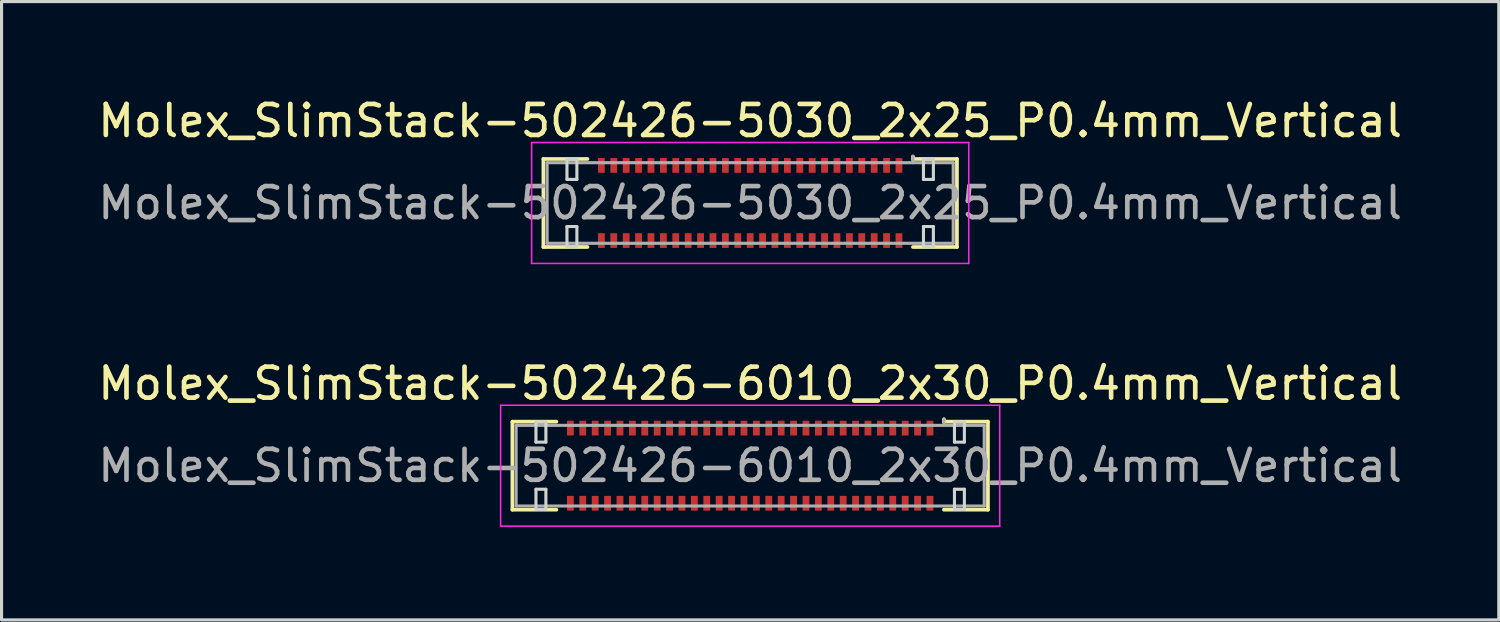
<source format=kicad_pcb>
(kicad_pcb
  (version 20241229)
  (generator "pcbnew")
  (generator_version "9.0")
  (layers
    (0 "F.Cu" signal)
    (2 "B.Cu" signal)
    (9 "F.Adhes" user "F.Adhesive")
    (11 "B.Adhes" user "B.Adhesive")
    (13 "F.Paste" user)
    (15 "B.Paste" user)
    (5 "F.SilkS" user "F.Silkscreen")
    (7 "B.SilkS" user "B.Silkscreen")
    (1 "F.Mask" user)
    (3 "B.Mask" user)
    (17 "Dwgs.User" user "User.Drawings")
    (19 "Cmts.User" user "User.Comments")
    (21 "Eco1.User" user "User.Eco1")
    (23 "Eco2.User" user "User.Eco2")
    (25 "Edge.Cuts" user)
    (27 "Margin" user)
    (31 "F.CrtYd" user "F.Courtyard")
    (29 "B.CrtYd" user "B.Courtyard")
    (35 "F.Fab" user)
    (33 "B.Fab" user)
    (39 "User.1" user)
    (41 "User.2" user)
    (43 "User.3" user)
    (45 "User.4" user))
  (footprint "Molex_SlimStack-502426-6010_2x30_P0.4mm_Vertical"
    (layer "F.Cu")
    (at 21.149 11.972)
    (property "Reference" "Molex_SlimStack-502426-6010_2x30_P0.4mm_Vertical" (at 0 -2.65 0) (layer "F.SilkS") (effects (font (size 1 1) (thickness 0.15))))
    (attr smd)
    (fp_line (start -7.67 -1.42) (end -6.25 -1.42) (stroke (width 0.12) (type solid)) (layer "F.SilkS"))
    (fp_line (start -7.67 1.42) (end -7.67 -1.42) (stroke (width 0.12) (type solid)) (layer "F.SilkS"))
    (fp_line (start -6.25 1.42) (end -7.67 1.42) (stroke (width 0.12) (type solid)) (layer "F.SilkS"))
    (fp_line (start 6.25 -1.42) (end 6.25 -1.5) (stroke (width 0.12) (type solid)) (layer "F.SilkS"))
    (fp_line (start 6.25 1.42) (end 7.67 1.42) (stroke (width 0.12) (type solid)) (layer "F.SilkS"))
    (fp_line (start 7.67 -1.42) (end 6.25 -1.42) (stroke (width 0.12) (type solid)) (layer "F.SilkS"))
    (fp_line (start 7.67 1.42) (end 7.67 -1.42) (stroke (width 0.12) (type solid)) (layer "F.SilkS"))
    (fp_line (start -6.91 -1.41) (end -6.91 -0.76) (stroke (width 0.1) (type solid)) (layer "Edge.Cuts"))
    (fp_line (start -6.91 -0.76) (end -6.59 -0.76) (stroke (width 0.1) (type solid)) (layer "Edge.Cuts"))
    (fp_line (start -6.91 0.76) (end -6.91 1.41) (stroke (width 0.1) (type solid)) (layer "Edge.Cuts"))
    (fp_line (start -6.91 1.41) (end -6.59 1.41) (stroke (width 0.1) (type solid)) (layer "Edge.Cuts"))
    (fp_line (start -6.59 -1.41) (end -6.91 -1.41) (stroke (width 0.1) (type solid)) (layer "Edge.Cuts"))
    (fp_line (start -6.59 -0.76) (end -6.59 -1.41) (stroke (width 0.1) (type solid)) (layer "Edge.Cuts"))
    (fp_line (start -6.59 0.76) (end -6.91 0.76) (stroke (width 0.1) (type solid)) (layer "Edge.Cuts"))
    (fp_line (start -6.59 1.41) (end -6.59 0.76) (stroke (width 0.1) (type solid)) (layer "Edge.Cuts"))
    (fp_line (start 6.59 -1.41) (end 6.59 -0.76) (stroke (width 0.1) (type solid)) (layer "Edge.Cuts"))
    (fp_line (start 6.59 -0.76) (end 6.91 -0.76) (stroke (width 0.1) (type solid)) (layer "Edge.Cuts"))
    (fp_line (start 6.59 0.76) (end 6.59 1.41) (stroke (width 0.1) (type solid)) (layer "Edge.Cuts"))
    (fp_line (start 6.59 1.41) (end 6.91 1.41) (stroke (width 0.1) (type solid)) (layer "Edge.Cuts"))
    (fp_line (start 6.91 -1.41) (end 6.59 -1.41) (stroke (width 0.1) (type solid)) (layer "Edge.Cuts"))
    (fp_line (start 6.91 -0.76) (end 6.91 -1.41) (stroke (width 0.1) (type solid)) (layer "Edge.Cuts"))
    (fp_line (start 6.91 0.76) (end 6.59 0.76) (stroke (width 0.1) (type solid)) (layer "Edge.Cuts"))
    (fp_line (start 6.91 1.41) (end 6.91 0.76) (stroke (width 0.1) (type solid)) (layer "Edge.Cuts"))
    (fp_line (start -8.05 -1.95) (end -8.05 1.95) (stroke (width 0.05) (type solid)) (layer "F.CrtYd"))
    (fp_line (start -8.05 1.95) (end 8.05 1.95) (stroke (width 0.05) (type solid)) (layer "F.CrtYd"))
    (fp_line (start 8.05 -1.95) (end -8.05 -1.95) (stroke (width 0.05) (type solid)) (layer "F.CrtYd"))
    (fp_line (start 8.05 1.95) (end 8.05 -1.95) (stroke (width 0.05) (type solid)) (layer "F.CrtYd"))
    (fp_line (start -7.55 -1.3) (end -7.55 1.3) (stroke (width 0.1) (type solid)) (layer "F.Fab"))
    (fp_line (start -7.55 1.3) (end 7.55 1.3) (stroke (width 0.1) (type solid)) (layer "F.Fab"))
    (fp_line (start 6.25 -1.3) (end 6.25 -1.5) (stroke (width 0.1) (type solid)) (layer "F.Fab"))
    (fp_line (start 7.55 -1.3) (end -7.55 -1.3) (stroke (width 0.1) (type solid)) (layer "F.Fab"))
    (fp_line (start 7.55 1.3) (end 7.55 -1.3) (stroke (width 0.1) (type solid)) (layer "F.Fab"))
    (fp_text user "${REFERENCE}" (at 0 0 0) (layer "F.Fab") (effects (font (size 1 1) (thickness 0.15))))
    (pad "1" smd rect (at 5.8 -1.212) (size 0.22 0.475) (layers "F.Cu" "F.Mask" "F.Paste"))
    (pad "2" smd rect (at 5.8 1.212) (size 0.22 0.475) (layers "F.Cu" "F.Mask" "F.Paste"))
    (pad "3" smd rect (at 5.4 -1.212) (size 0.22 0.475) (layers "F.Cu" "F.Mask" "F.Paste"))
    (pad "4" smd rect (at 5.4 1.212) (size 0.22 0.475) (layers "F.Cu" "F.Mask" "F.Paste"))
    (pad "5" smd rect (at 5 -1.212) (size 0.22 0.475) (layers "F.Cu" "F.Mask" "F.Paste"))
    (pad "6" smd rect (at 5 1.212) (size 0.22 0.475) (layers "F.Cu" "F.Mask" "F.Paste"))
    (pad "7" smd rect (at 4.6 -1.212) (size 0.22 0.475) (layers "F.Cu" "F.Mask" "F.Paste"))
    (pad "8" smd rect (at 4.6 1.212) (size 0.22 0.475) (layers "F.Cu" "F.Mask" "F.Paste"))
    (pad "9" smd rect (at 4.2 -1.212) (size 0.22 0.475) (layers "F.Cu" "F.Mask" "F.Paste"))
    (pad "10" smd rect (at 4.2 1.212) (size 0.22 0.475) (layers "F.Cu" "F.Mask" "F.Paste"))
    (pad "11" smd rect (at 3.8 -1.212) (size 0.22 0.475) (layers "F.Cu" "F.Mask" "F.Paste"))
    (pad "12" smd rect (at 3.8 1.212) (size 0.22 0.475) (layers "F.Cu" "F.Mask" "F.Paste"))
    (pad "13" smd rect (at 3.4 -1.212) (size 0.22 0.475) (layers "F.Cu" "F.Mask" "F.Paste"))
    (pad "14" smd rect (at 3.4 1.212) (size 0.22 0.475) (layers "F.Cu" "F.Mask" "F.Paste"))
    (pad "15" smd rect (at 3 -1.212) (size 0.22 0.475) (layers "F.Cu" "F.Mask" "F.Paste"))
    (pad "16" smd rect (at 3 1.212) (size 0.22 0.475) (layers "F.Cu" "F.Mask" "F.Paste"))
    (pad "17" smd rect (at 2.6 -1.212) (size 0.22 0.475) (layers "F.Cu" "F.Mask" "F.Paste"))
    (pad "18" smd rect (at 2.6 1.212) (size 0.22 0.475) (layers "F.Cu" "F.Mask" "F.Paste"))
    (pad "19" smd rect (at 2.2 -1.212) (size 0.22 0.475) (layers "F.Cu" "F.Mask" "F.Paste"))
    (pad "20" smd rect (at 2.2 1.212) (size 0.22 0.475) (layers "F.Cu" "F.Mask" "F.Paste"))
    (pad "21" smd rect (at 1.8 -1.212) (size 0.22 0.475) (layers "F.Cu" "F.Mask" "F.Paste"))
    (pad "22" smd rect (at 1.8 1.212) (size 0.22 0.475) (layers "F.Cu" "F.Mask" "F.Paste"))
    (pad "23" smd rect (at 1.4 -1.212) (size 0.22 0.475) (layers "F.Cu" "F.Mask" "F.Paste"))
    (pad "24" smd rect (at 1.4 1.212) (size 0.22 0.475) (layers "F.Cu" "F.Mask" "F.Paste"))
    (pad "25" smd rect (at 1 -1.212) (size 0.22 0.475) (layers "F.Cu" "F.Mask" "F.Paste"))
    (pad "26" smd rect (at 1 1.212) (size 0.22 0.475) (layers "F.Cu" "F.Mask" "F.Paste"))
    (pad "27" smd rect (at 0.6 -1.212) (size 0.22 0.475) (layers "F.Cu" "F.Mask" "F.Paste"))
    (pad "28" smd rect (at 0.6 1.212) (size 0.22 0.475) (layers "F.Cu" "F.Mask" "F.Paste"))
    (pad "29" smd rect (at 0.2 -1.212) (size 0.22 0.475) (layers "F.Cu" "F.Mask" "F.Paste"))
    (pad "30" smd rect (at 0.2 1.212) (size 0.22 0.475) (layers "F.Cu" "F.Mask" "F.Paste"))
    (pad "31" smd rect (at -0.2 -1.212) (size 0.22 0.475) (layers "F.Cu" "F.Mask" "F.Paste"))
    (pad "32" smd rect (at -0.2 1.212) (size 0.22 0.475) (layers "F.Cu" "F.Mask" "F.Paste"))
    (pad "33" smd rect (at -0.6 -1.212) (size 0.22 0.475) (layers "F.Cu" "F.Mask" "F.Paste"))
    (pad "34" smd rect (at -0.6 1.212) (size 0.22 0.475) (layers "F.Cu" "F.Mask" "F.Paste"))
    (pad "35" smd rect (at -1 -1.212) (size 0.22 0.475) (layers "F.Cu" "F.Mask" "F.Paste"))
    (pad "36" smd rect (at -1 1.212) (size 0.22 0.475) (layers "F.Cu" "F.Mask" "F.Paste"))
    (pad "37" smd rect (at -1.4 -1.212) (size 0.22 0.475) (layers "F.Cu" "F.Mask" "F.Paste"))
    (pad "38" smd rect (at -1.4 1.212) (size 0.22 0.475) (layers "F.Cu" "F.Mask" "F.Paste"))
    (pad "39" smd rect (at -1.8 -1.212) (size 0.22 0.475) (layers "F.Cu" "F.Mask" "F.Paste"))
    (pad "40" smd rect (at -1.8 1.212) (size 0.22 0.475) (layers "F.Cu" "F.Mask" "F.Paste"))
    (pad "41" smd rect (at -2.2 -1.212) (size 0.22 0.475) (layers "F.Cu" "F.Mask" "F.Paste"))
    (pad "42" smd rect (at -2.2 1.212) (size 0.22 0.475) (layers "F.Cu" "F.Mask" "F.Paste"))
    (pad "43" smd rect (at -2.6 -1.212) (size 0.22 0.475) (layers "F.Cu" "F.Mask" "F.Paste"))
    (pad "44" smd rect (at -2.6 1.212) (size 0.22 0.475) (layers "F.Cu" "F.Mask" "F.Paste"))
    (pad "45" smd rect (at -3 -1.212) (size 0.22 0.475) (layers "F.Cu" "F.Mask" "F.Paste"))
    (pad "46" smd rect (at -3 1.212) (size 0.22 0.475) (layers "F.Cu" "F.Mask" "F.Paste"))
    (pad "47" smd rect (at -3.4 -1.212) (size 0.22 0.475) (layers "F.Cu" "F.Mask" "F.Paste"))
    (pad "48" smd rect (at -3.4 1.212) (size 0.22 0.475) (layers "F.Cu" "F.Mask" "F.Paste"))
    (pad "49" smd rect (at -3.8 -1.212) (size 0.22 0.475) (layers "F.Cu" "F.Mask" "F.Paste"))
    (pad "50" smd rect (at -3.8 1.212) (size 0.22 0.475) (layers "F.Cu" "F.Mask" "F.Paste"))
    (pad "51" smd rect (at -4.2 -1.212) (size 0.22 0.475) (layers "F.Cu" "F.Mask" "F.Paste"))
    (pad "52" smd rect (at -4.2 1.212) (size 0.22 0.475) (layers "F.Cu" "F.Mask" "F.Paste"))
    (pad "53" smd rect (at -4.6 -1.212) (size 0.22 0.475) (layers "F.Cu" "F.Mask" "F.Paste"))
    (pad "54" smd rect (at -4.6 1.212) (size 0.22 0.475) (layers "F.Cu" "F.Mask" "F.Paste"))
    (pad "55" smd rect (at -5 -1.212) (size 0.22 0.475) (layers "F.Cu" "F.Mask" "F.Paste"))
    (pad "56" smd rect (at -5 1.212) (size 0.22 0.475) (layers "F.Cu" "F.Mask" "F.Paste"))
    (pad "57" smd rect (at -5.4 -1.212) (size 0.22 0.475) (layers "F.Cu" "F.Mask" "F.Paste"))
    (pad "58" smd rect (at -5.4 1.212) (size 0.22 0.475) (layers "F.Cu" "F.Mask" "F.Paste"))
    (pad "59" smd rect (at -5.8 -1.212) (size 0.22 0.475) (layers "F.Cu" "F.Mask" "F.Paste"))
    (pad "60" smd rect (at -5.8 1.212) (size 0.22 0.475) (layers "F.Cu" "F.Mask" "F.Paste")))
  (footprint "Molex_SlimStack-502426-5030_2x25_P0.4mm_Vertical"
    (layer "F.Cu")
    (at 21.149 3.498)
    (property "Reference" "Molex_SlimStack-502426-5030_2x25_P0.4mm_Vertical" (at 0 -2.65 0) (layer "F.SilkS") (effects (font (size 1 1) (thickness 0.15))))
    (attr smd)
    (fp_line (start -6.67 -1.42) (end -5.25 -1.42) (stroke (width 0.12) (type solid)) (layer "F.SilkS"))
    (fp_line (start -6.67 1.42) (end -6.67 -1.42) (stroke (width 0.12) (type solid)) (layer "F.SilkS"))
    (fp_line (start -5.25 1.42) (end -6.67 1.42) (stroke (width 0.12) (type solid)) (layer "F.SilkS"))
    (fp_line (start 5.25 -1.42) (end 5.25 -1.5) (stroke (width 0.12) (type solid)) (layer "F.SilkS"))
    (fp_line (start 5.25 1.42) (end 6.67 1.42) (stroke (width 0.12) (type solid)) (layer "F.SilkS"))
    (fp_line (start 6.67 -1.42) (end 5.25 -1.42) (stroke (width 0.12) (type solid)) (layer "F.SilkS"))
    (fp_line (start 6.67 1.42) (end 6.67 -1.42) (stroke (width 0.12) (type solid)) (layer "F.SilkS"))
    (fp_line (start -5.91 -1.41) (end -5.91 -0.76) (stroke (width 0.1) (type solid)) (layer "Edge.Cuts"))
    (fp_line (start -5.91 -0.76) (end -5.59 -0.76) (stroke (width 0.1) (type solid)) (layer "Edge.Cuts"))
    (fp_line (start -5.91 0.76) (end -5.91 1.41) (stroke (width 0.1) (type solid)) (layer "Edge.Cuts"))
    (fp_line (start -5.91 1.41) (end -5.59 1.41) (stroke (width 0.1) (type solid)) (layer "Edge.Cuts"))
    (fp_line (start -5.59 -1.41) (end -5.91 -1.41) (stroke (width 0.1) (type solid)) (layer "Edge.Cuts"))
    (fp_line (start -5.59 -0.76) (end -5.59 -1.41) (stroke (width 0.1) (type solid)) (layer "Edge.Cuts"))
    (fp_line (start -5.59 0.76) (end -5.91 0.76) (stroke (width 0.1) (type solid)) (layer "Edge.Cuts"))
    (fp_line (start -5.59 1.41) (end -5.59 0.76) (stroke (width 0.1) (type solid)) (layer "Edge.Cuts"))
    (fp_line (start 5.59 -1.41) (end 5.59 -0.76) (stroke (width 0.1) (type solid)) (layer "Edge.Cuts"))
    (fp_line (start 5.59 -0.76) (end 5.91 -0.76) (stroke (width 0.1) (type solid)) (layer "Edge.Cuts"))
    (fp_line (start 5.59 0.76) (end 5.59 1.41) (stroke (width 0.1) (type solid)) (layer "Edge.Cuts"))
    (fp_line (start 5.59 1.41) (end 5.91 1.41) (stroke (width 0.1) (type solid)) (layer "Edge.Cuts"))
    (fp_line (start 5.91 -1.41) (end 5.59 -1.41) (stroke (width 0.1) (type solid)) (layer "Edge.Cuts"))
    (fp_line (start 5.91 -0.76) (end 5.91 -1.41) (stroke (width 0.1) (type solid)) (layer "Edge.Cuts"))
    (fp_line (start 5.91 0.76) (end 5.59 0.76) (stroke (width 0.1) (type solid)) (layer "Edge.Cuts"))
    (fp_line (start 5.91 1.41) (end 5.91 0.76) (stroke (width 0.1) (type solid)) (layer "Edge.Cuts"))
    (fp_line (start -7.05 -1.95) (end -7.05 1.95) (stroke (width 0.05) (type solid)) (layer "F.CrtYd"))
    (fp_line (start -7.05 1.95) (end 7.05 1.95) (stroke (width 0.05) (type solid)) (layer "F.CrtYd"))
    (fp_line (start 7.05 -1.95) (end -7.05 -1.95) (stroke (width 0.05) (type solid)) (layer "F.CrtYd"))
    (fp_line (start 7.05 1.95) (end 7.05 -1.95) (stroke (width 0.05) (type solid)) (layer "F.CrtYd"))
    (fp_line (start -6.55 -1.3) (end -6.55 1.3) (stroke (width 0.1) (type solid)) (layer "F.Fab"))
    (fp_line (start -6.55 1.3) (end 6.55 1.3) (stroke (width 0.1) (type solid)) (layer "F.Fab"))
    (fp_line (start 5.25 -1.3) (end 5.25 -1.5) (stroke (width 0.1) (type solid)) (layer "F.Fab"))
    (fp_line (start 6.55 -1.3) (end -6.55 -1.3) (stroke (width 0.1) (type solid)) (layer "F.Fab"))
    (fp_line (start 6.55 1.3) (end 6.55 -1.3) (stroke (width 0.1) (type solid)) (layer "F.Fab"))
    (fp_text user "${REFERENCE}" (at 0 0 0) (layer "F.Fab") (effects (font (size 1 1) (thickness 0.15))))
    (pad "1" smd rect (at 4.8 -1.212) (size 0.22 0.475) (layers "F.Cu" "F.Mask" "F.Paste"))
    (pad "2" smd rect (at 4.8 1.212) (size 0.22 0.475) (layers "F.Cu" "F.Mask" "F.Paste"))
    (pad "3" smd rect (at 4.4 -1.212) (size 0.22 0.475) (layers "F.Cu" "F.Mask" "F.Paste"))
    (pad "4" smd rect (at 4.4 1.212) (size 0.22 0.475) (layers "F.Cu" "F.Mask" "F.Paste"))
    (pad "5" smd rect (at 4 -1.212) (size 0.22 0.475) (layers "F.Cu" "F.Mask" "F.Paste"))
    (pad "6" smd rect (at 4 1.212) (size 0.22 0.475) (layers "F.Cu" "F.Mask" "F.Paste"))
    (pad "7" smd rect (at 3.6 -1.212) (size 0.22 0.475) (layers "F.Cu" "F.Mask" "F.Paste"))
    (pad "8" smd rect (at 3.6 1.212) (size 0.22 0.475) (layers "F.Cu" "F.Mask" "F.Paste"))
    (pad "9" smd rect (at 3.2 -1.212) (size 0.22 0.475) (layers "F.Cu" "F.Mask" "F.Paste"))
    (pad "10" smd rect (at 3.2 1.212) (size 0.22 0.475) (layers "F.Cu" "F.Mask" "F.Paste"))
    (pad "11" smd rect (at 2.8 -1.212) (size 0.22 0.475) (layers "F.Cu" "F.Mask" "F.Paste"))
    (pad "12" smd rect (at 2.8 1.212) (size 0.22 0.475) (layers "F.Cu" "F.Mask" "F.Paste"))
    (pad "13" smd rect (at 2.4 -1.212) (size 0.22 0.475) (layers "F.Cu" "F.Mask" "F.Paste"))
    (pad "14" smd rect (at 2.4 1.212) (size 0.22 0.475) (layers "F.Cu" "F.Mask" "F.Paste"))
    (pad "15" smd rect (at 2 -1.212) (size 0.22 0.475) (layers "F.Cu" "F.Mask" "F.Paste"))
    (pad "16" smd rect (at 2 1.212) (size 0.22 0.475) (layers "F.Cu" "F.Mask" "F.Paste"))
    (pad "17" smd rect (at 1.6 -1.212) (size 0.22 0.475) (layers "F.Cu" "F.Mask" "F.Paste"))
    (pad "18" smd rect (at 1.6 1.212) (size 0.22 0.475) (layers "F.Cu" "F.Mask" "F.Paste"))
    (pad "19" smd rect (at 1.2 -1.212) (size 0.22 0.475) (layers "F.Cu" "F.Mask" "F.Paste"))
    (pad "20" smd rect (at 1.2 1.212) (size 0.22 0.475) (layers "F.Cu" "F.Mask" "F.Paste"))
    (pad "21" smd rect (at 0.8 -1.212) (size 0.22 0.475) (layers "F.Cu" "F.Mask" "F.Paste"))
    (pad "22" smd rect (at 0.8 1.212) (size 0.22 0.475) (layers "F.Cu" "F.Mask" "F.Paste"))
    (pad "23" smd rect (at 0.4 -1.212) (size 0.22 0.475) (layers "F.Cu" "F.Mask" "F.Paste"))
    (pad "24" smd rect (at 0.4 1.212) (size 0.22 0.475) (layers "F.Cu" "F.Mask" "F.Paste"))
    (pad "25" smd rect (at 0 -1.212) (size 0.22 0.475) (layers "F.Cu" "F.Mask" "F.Paste"))
    (pad "26" smd rect (at 0 1.212) (size 0.22 0.475) (layers "F.Cu" "F.Mask" "F.Paste"))
    (pad "27" smd rect (at -0.4 -1.212) (size 0.22 0.475) (layers "F.Cu" "F.Mask" "F.Paste"))
    (pad "28" smd rect (at -0.4 1.212) (size 0.22 0.475) (layers "F.Cu" "F.Mask" "F.Paste"))
    (pad "29" smd rect (at -0.8 -1.212) (size 0.22 0.475) (layers "F.Cu" "F.Mask" "F.Paste"))
    (pad "30" smd rect (at -0.8 1.212) (size 0.22 0.475) (layers "F.Cu" "F.Mask" "F.Paste"))
    (pad "31" smd rect (at -1.2 -1.212) (size 0.22 0.475) (layers "F.Cu" "F.Mask" "F.Paste"))
    (pad "32" smd rect (at -1.2 1.212) (size 0.22 0.475) (layers "F.Cu" "F.Mask" "F.Paste"))
    (pad "33" smd rect (at -1.6 -1.212) (size 0.22 0.475) (layers "F.Cu" "F.Mask" "F.Paste"))
    (pad "34" smd rect (at -1.6 1.212) (size 0.22 0.475) (layers "F.Cu" "F.Mask" "F.Paste"))
    (pad "35" smd rect (at -2 -1.212) (size 0.22 0.475) (layers "F.Cu" "F.Mask" "F.Paste"))
    (pad "36" smd rect (at -2 1.212) (size 0.22 0.475) (layers "F.Cu" "F.Mask" "F.Paste"))
    (pad "37" smd rect (at -2.4 -1.212) (size 0.22 0.475) (layers "F.Cu" "F.Mask" "F.Paste"))
    (pad "38" smd rect (at -2.4 1.212) (size 0.22 0.475) (layers "F.Cu" "F.Mask" "F.Paste"))
    (pad "39" smd rect (at -2.8 -1.212) (size 0.22 0.475) (layers "F.Cu" "F.Mask" "F.Paste"))
    (pad "40" smd rect (at -2.8 1.212) (size 0.22 0.475) (layers "F.Cu" "F.Mask" "F.Paste"))
    (pad "41" smd rect (at -3.2 -1.212) (size 0.22 0.475) (layers "F.Cu" "F.Mask" "F.Paste"))
    (pad "42" smd rect (at -3.2 1.212) (size 0.22 0.475) (layers "F.Cu" "F.Mask" "F.Paste"))
    (pad "43" smd rect (at -3.6 -1.212) (size 0.22 0.475) (layers "F.Cu" "F.Mask" "F.Paste"))
    (pad "44" smd rect (at -3.6 1.212) (size 0.22 0.475) (layers "F.Cu" "F.Mask" "F.Paste"))
    (pad "45" smd rect (at -4 -1.212) (size 0.22 0.475) (layers "F.Cu" "F.Mask" "F.Paste"))
    (pad "46" smd rect (at -4 1.212) (size 0.22 0.475) (layers "F.Cu" "F.Mask" "F.Paste"))
    (pad "47" smd rect (at -4.4 -1.212) (size 0.22 0.475) (layers "F.Cu" "F.Mask" "F.Paste"))
    (pad "48" smd rect (at -4.4 1.212) (size 0.22 0.475) (layers "F.Cu" "F.Mask" "F.Paste"))
    (pad "49" smd rect (at -4.8 -1.212) (size 0.22 0.475) (layers "F.Cu" "F.Mask" "F.Paste"))
    (pad "50" smd rect (at -4.8 1.212) (size 0.22 0.475) (layers "F.Cu" "F.Mask" "F.Paste")))
  (gr_rect
    (start -3 -3)
    (end 45.298 16.947)
    (stroke (width 0.1) (type default))
    (fill no)
    (layer "Edge.Cuts")))
</source>
